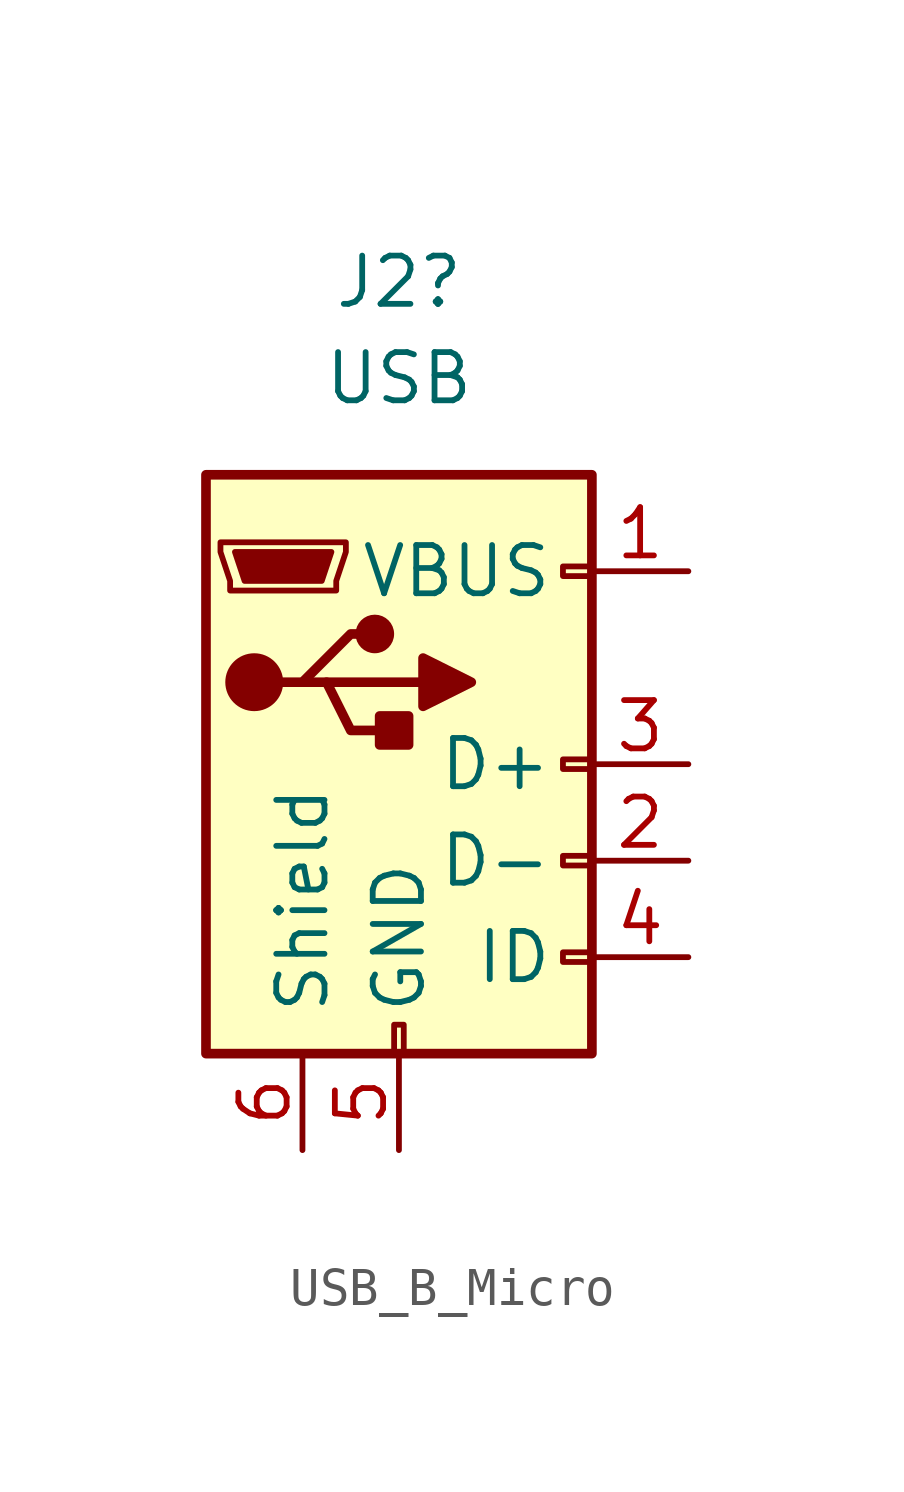
<source format=kicad_sym>
(kicad_symbol_lib
  (version 20241209)
  (generator "kicad_symbol_editor")
  (generator_version "9.0")
  (symbol "USB_B_Micro"
    (pin_names
      (offset 1.016))
    (property "Reference" "J2"
      (at 0 12.7 0)
      (effects (font (size 1.27 1.27))))
    (property "Value" "USB"
      (at 0 10.16 0)
      (effects (font (size 1.27 1.27))))
    (symbol "USB_B_Micro_0_1"
      (rectangle (start -5.08 -7.62) (end 5.08 7.62) (stroke (width 0.254) (type default)) (fill (type background)))
      (polyline (pts (xy -4.699 5.842) (xy -4.699 5.588) (xy -4.445 4.826) (xy -4.445 4.572) (xy -1.651 4.572) (xy -1.651 4.826) (xy -1.397 5.588) (xy -1.397 5.842) (xy -4.699 5.842)) (stroke (width 0) (type default)) (fill (type none)))
      (polyline (pts (xy -4.318 5.588) (xy -1.778 5.588) (xy -2.032 4.826) (xy -4.064 4.826) (xy -4.318 5.588)) (stroke (width 0) (type default)) (fill (type outline)))
      (circle (center -3.81 2.159) (radius 0.635) (stroke (width 0.254) (type default)) (fill (type outline)))
      (polyline (pts (xy -3.175 2.159) (xy -2.54 2.159) (xy -1.27 3.429) (xy -0.635 3.429)) (stroke (width 0.254) (type default)) (fill (type none)))
      (polyline (pts (xy -2.54 2.159) (xy -1.905 2.159) (xy -1.27 0.889) (xy 0 0.889)) (stroke (width 0.254) (type default)) (fill (type none)))
      (polyline (pts (xy -1.905 2.159) (xy 0.635 2.159)) (stroke (width 0.254) (type default)) (fill (type none)))
      (circle (center -0.635 3.429) (radius 0.381) (stroke (width 0.254) (type default)) (fill (type outline)))
      (rectangle (start -0.127 -7.62) (end 0.127 -6.858) (stroke (width 0) (type default)) (fill (type none)))
      (rectangle (start 0.254 1.27) (end -0.508 0.508) (stroke (width 0.254) (type default)) (fill (type outline)))
      (polyline (pts (xy 0.635 2.794) (xy 0.635 1.524) (xy 1.905 2.159) (xy 0.635 2.794)) (stroke (width 0.254) (type default)) (fill (type outline)))
      (rectangle (start 5.08 4.953) (end 4.318 5.207) (stroke (width 0) (type default)) (fill (type none)))
      (rectangle (start 5.08 -0.127) (end 4.318 0.127) (stroke (width 0) (type default)) (fill (type none)))
      (rectangle (start 5.08 -2.667) (end 4.318 -2.413) (stroke (width 0) (type default)) (fill (type none)))
      (rectangle (start 5.08 -5.207) (end 4.318 -4.953) (stroke (width 0) (type default)) (fill (type none))))
    (symbol "USB_B_Micro_1_1"
      (pin passive line (at -2.54 -10.16 90) (length 2.54) (name "Shield" (effects (font (size 1.27 1.27)))) (number "6" (effects (font (size 1.27 1.27)))))
      (pin power_out line (at 0 -10.16 90) (length 2.54) (name "GND" (effects (font (size 1.27 1.27)))) (number "5" (effects (font (size 1.27 1.27)))))
      (pin power_out line (at 7.62 5.08 180) (length 2.54) (name "VBUS" (effects (font (size 1.27 1.27)))) (number "1" (effects (font (size 1.27 1.27)))))
      (pin bidirectional line (at 7.62 0 180) (length 2.54) (name "D+" (effects (font (size 1.27 1.27)))) (number "3" (effects (font (size 1.27 1.27)))))
      (pin bidirectional line (at 7.62 -2.54 180) (length 2.54) (name "D-" (effects (font (size 1.27 1.27)))) (number "2" (effects (font (size 1.27 1.27)))))
      (pin passive line (at 7.62 -5.08 180) (length 2.54) (name "ID" (effects (font (size 1.27 1.27)))) (number "4" (effects (font (size 1.27 1.27))))))))
</source>
